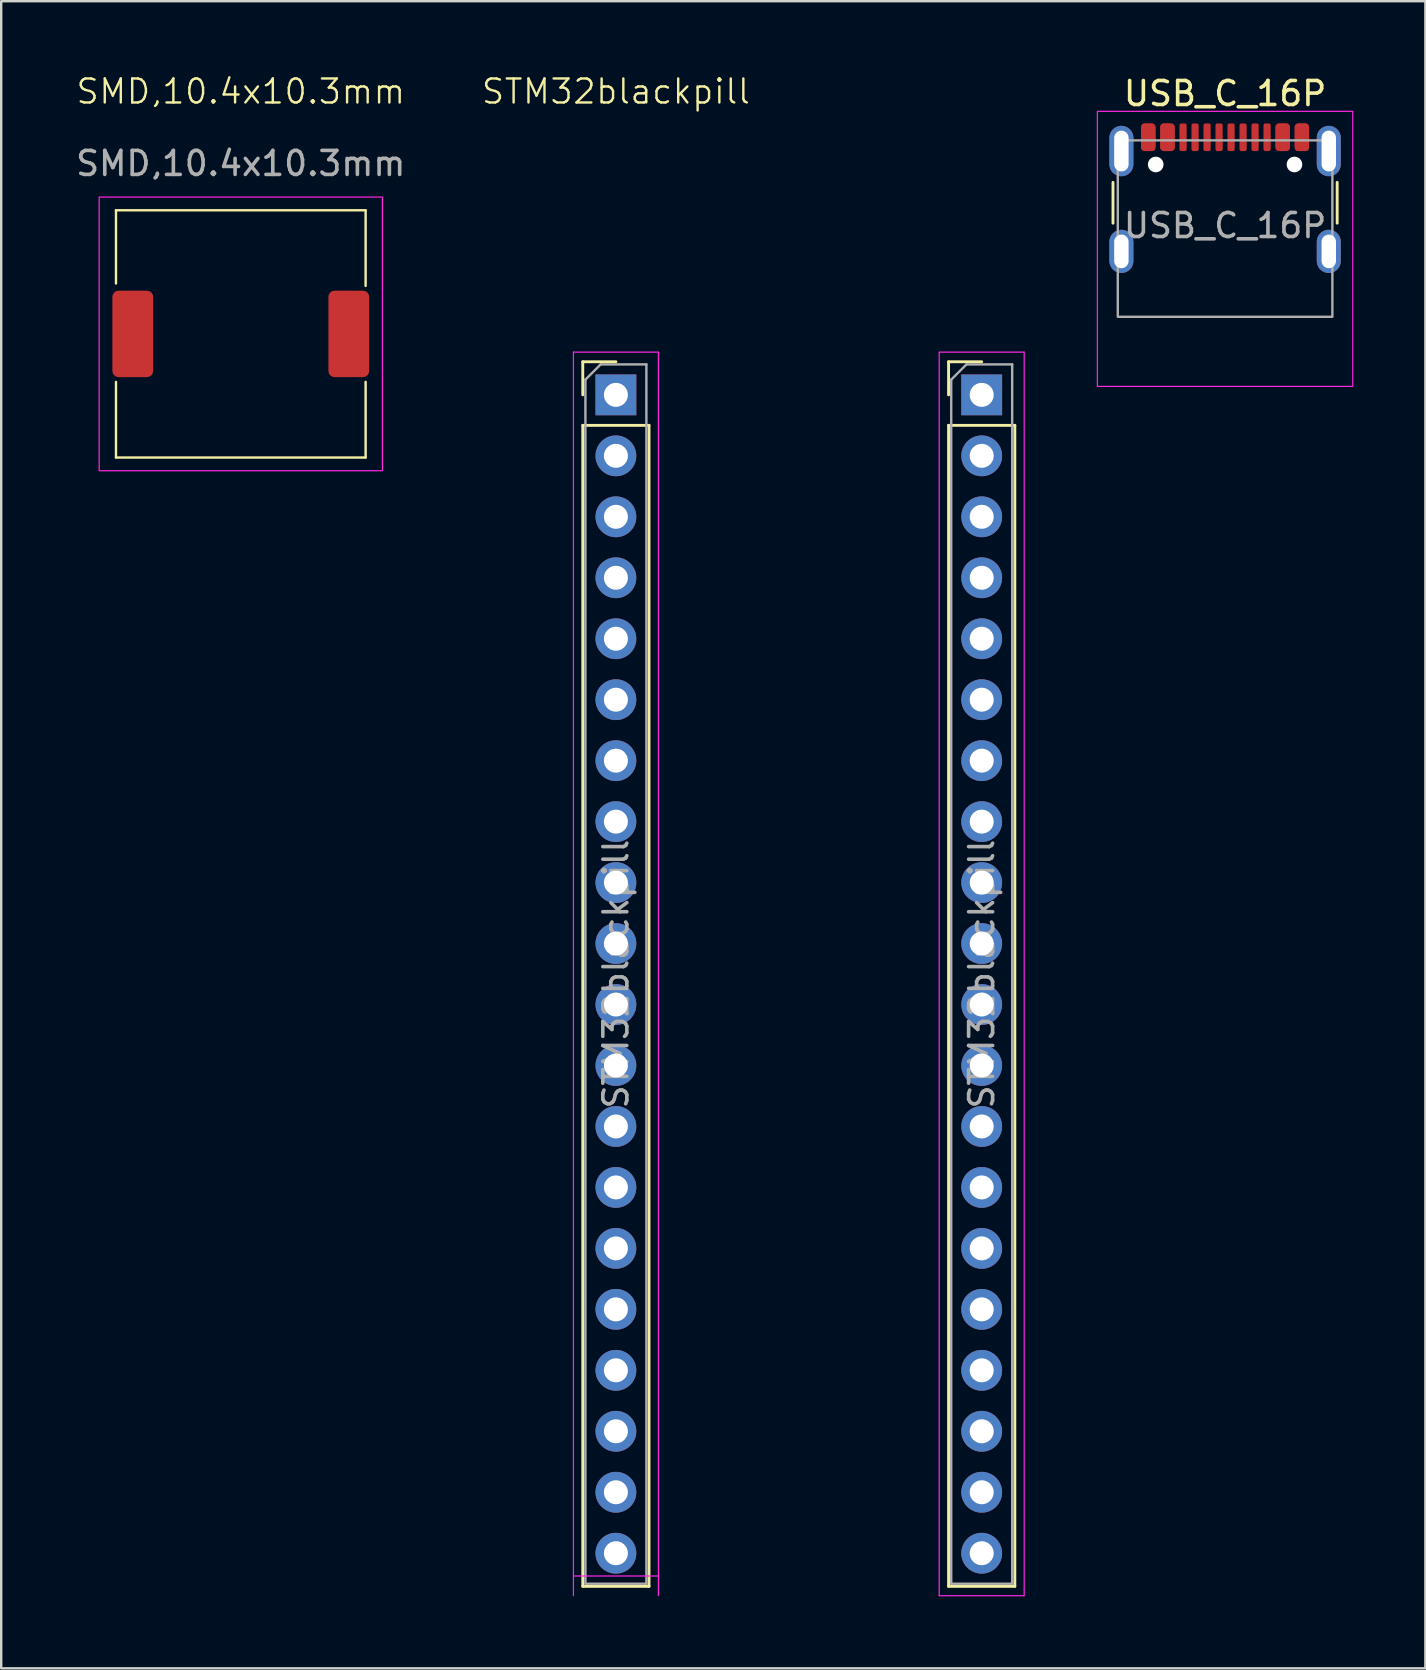
<source format=kicad_pcb>
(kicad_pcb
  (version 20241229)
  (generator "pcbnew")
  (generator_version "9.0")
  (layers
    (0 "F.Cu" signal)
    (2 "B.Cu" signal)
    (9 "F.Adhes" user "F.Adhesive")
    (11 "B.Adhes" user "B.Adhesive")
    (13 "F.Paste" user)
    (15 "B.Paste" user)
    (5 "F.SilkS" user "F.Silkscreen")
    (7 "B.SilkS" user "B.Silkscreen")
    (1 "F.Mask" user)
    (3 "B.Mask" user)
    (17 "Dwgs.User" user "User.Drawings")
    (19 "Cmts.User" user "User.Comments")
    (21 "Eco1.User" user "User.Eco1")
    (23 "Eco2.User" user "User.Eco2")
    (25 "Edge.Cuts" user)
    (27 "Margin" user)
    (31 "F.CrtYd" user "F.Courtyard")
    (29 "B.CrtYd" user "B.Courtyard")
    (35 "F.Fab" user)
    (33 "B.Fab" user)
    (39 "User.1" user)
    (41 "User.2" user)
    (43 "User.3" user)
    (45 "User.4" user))
  (footprint "SMD,10.4x10.3mm"
    (layer "F.Cu")
    (at 2.482 10.861)
    (property "Reference" "SMD,10.4x10.3mm" (at 4.5 -10.1 0) (unlocked yes) (layer "F.SilkS") (effects (font (size 1 1) (thickness 0.1))))
    (attr through_hole exclude_from_bom)
    (fp_line (start -0.7 -5.15) (end 9.7 -5.15) (stroke (width 0.1) (type solid)) (layer "F.SilkS"))
    (fp_line (start -0.7 -2.1) (end -0.7 -5.15) (stroke (width 0.1) (type solid)) (layer "F.SilkS"))
    (fp_line (start -0.7 2) (end -0.7 5.15) (stroke (width 0.1) (type solid)) (layer "F.SilkS"))
    (fp_line (start 9.7 -5.15) (end 9.7 -2) (stroke (width 0.1) (type solid)) (layer "F.SilkS"))
    (fp_line (start 9.7 2) (end 9.7 5.15) (stroke (width 0.1) (type solid)) (layer "F.SilkS"))
    (fp_line (start 9.7 5.15) (end -0.7 5.15) (stroke (width 0.1) (type solid)) (layer "F.SilkS"))
    (fp_rect (start -1.4 -5.7) (end 10.4 5.7) (stroke (width 0.05) (type default)) (fill no) (layer "F.CrtYd"))
    (fp_text user "${REFERENCE}" (at 4.5 -7.1 0) (unlocked yes) (layer "F.Fab") (effects (font (size 1 1) (thickness 0.15))))
    (pad "1" smd roundrect (at 0 0) (size 1.7 3.6) (layers "F.Cu" "F.Mask" "F.Paste") (roundrect_rratio 0.15))
    (pad "2" smd roundrect (at 9 0) (size 1.7 3.6) (layers "F.Cu" "F.Mask" "F.Paste") (roundrect_rratio 0.15)))
  (footprint "USB_C_16P"
    (layer "F.Cu")
    (at 47.99 6.348)
    (property "Reference" "USB_C_16P" (at 0 -5.5 0) (unlocked yes) (layer "F.SilkS") (effects (font (size 1 1) (thickness 0.15))))
    (attr smd)
    (fp_line (start -4.67 -0.1) (end -4.67 -1.8) (stroke (width 0.12) (type solid)) (layer "F.SilkS"))
    (fp_line (start 4.67 -0.1) (end 4.67 -1.8) (stroke (width 0.12) (type solid)) (layer "F.SilkS"))
    (fp_rect (start -5.32 -4.76) (end 5.32 6.7) (stroke (width 0.05) (type solid)) (fill no) (layer "F.CrtYd"))
    (fp_rect (start -4.47 -3.55) (end 4.47 3.8) (stroke (width 0.1) (type solid)) (fill no) (layer "F.Fab"))
    (fp_text user "${REFERENCE}" (at 0 0 0) (unlocked yes) (layer "F.Fab") (effects (font (size 1 1) (thickness 0.15))))
    (pad "" np_thru_hole circle (at -2.89 -2.545) (size 0.65 0.65) (drill 0.65) (layers "*.Cu" "*.Mask"))
    (pad "" np_thru_hole circle (at 2.89 -2.545) (size 0.65 0.65) (drill 0.65) (layers "*.Cu" "*.Mask"))
    (pad "A1" smd roundrect (at -3.2 -3.68) (size 0.6 1.15) (layers "F.Cu" "F.Mask" "F.Paste") (roundrect_rratio 0.25))
    (pad "A4" smd roundrect (at -2.4 -3.68) (size 0.6 1.15) (layers "F.Cu" "F.Mask" "F.Paste") (roundrect_rratio 0.25))
    (pad "A5" smd roundrect (at -1.25 -3.68) (size 0.3 1.15) (layers "F.Cu" "F.Mask" "F.Paste") (roundrect_rratio 0.25))
    (pad "A6" smd roundrect (at -0.25 -3.68) (size 0.3 1.15) (layers "F.Cu" "F.Mask" "F.Paste") (roundrect_rratio 0.25))
    (pad "A7" smd roundrect (at 0.25 -3.68) (size 0.3 1.15) (layers "F.Cu" "F.Mask" "F.Paste") (roundrect_rratio 0.25))
    (pad "A8" smd roundrect (at 1.25 -3.68) (size 0.3 1.15) (layers "F.Cu" "F.Mask" "F.Paste") (roundrect_rratio 0.25))
    (pad "A9" smd roundrect (at 2.4 -3.68) (size 0.6 1.15) (layers "F.Cu" "F.Mask" "F.Paste") (roundrect_rratio 0.25))
    (pad "A12" smd roundrect (at 3.2 -3.68) (size 0.6 1.15) (layers "F.Cu" "F.Mask" "F.Paste") (roundrect_rratio 0.25))
    (pad "B1" smd roundrect (at 3.2 -3.68) (size 0.6 1.15) (layers "F.Cu" "F.Mask" "F.Paste") (roundrect_rratio 0.25))
    (pad "B4" smd roundrect (at 2.4 -3.68) (size 0.6 1.15) (layers "F.Cu" "F.Mask" "F.Paste") (roundrect_rratio 0.25))
    (pad "B5" smd roundrect (at 1.75 -3.68) (size 0.3 1.15) (layers "F.Cu" "F.Mask" "F.Paste") (roundrect_rratio 0.25))
    (pad "B6" smd roundrect (at 0.75 -3.68) (size 0.3 1.15) (layers "F.Cu" "F.Mask" "F.Paste") (roundrect_rratio 0.25))
    (pad "B7" smd roundrect (at -0.75 -3.68) (size 0.3 1.15) (layers "F.Cu" "F.Mask" "F.Paste") (roundrect_rratio 0.25))
    (pad "B8" smd roundrect (at -1.75 -3.68) (size 0.3 1.15) (layers "F.Cu" "F.Mask" "F.Paste") (roundrect_rratio 0.25))
    (pad "B9" smd roundrect (at -2.4 -3.68) (size 0.6 1.15) (layers "F.Cu" "F.Mask" "F.Paste") (roundrect_rratio 0.25))
    (pad "B12" smd roundrect (at -3.2 -3.68) (size 0.6 1.15) (layers "F.Cu" "F.Mask" "F.Paste") (roundrect_rratio 0.25))
    (pad "S1" thru_hole oval (at -4.32 -3.105) (size 1 2.1) (drill oval 0.6 1.7) (property pad_prop_heatsink) (layers "*.Cu" "*.Mask" "F.Paste"))
    (pad "S1" thru_hole oval (at -4.32 1.075) (size 1 1.8) (drill oval 0.6 1.4) (property pad_prop_heatsink) (layers "*.Cu" "*.Mask" "F.Paste"))
    (pad "S1" thru_hole oval (at 4.32 -3.105) (size 1 2.1) (drill oval 0.6 1.7) (property pad_prop_heatsink) (layers "*.Cu" "*.Mask" "F.Paste"))
    (pad "S1" thru_hole oval (at 4.32 1.075) (size 1 1.8) (drill oval 0.6 1.4) (property pad_prop_heatsink) (layers "*.Cu" "*.Mask" "F.Paste"))
    (zone (net_name "") (layers "F.Cu" "B.Cu" "User.1") (hatch edge 0.5) (connect_pads) (min_thickness 0.25) (filled_areas_thickness no) (keepout (tracks not_allowed) (vias not_allowed) (pads not_allowed) (copperpour allowed) (footprints not_allowed)) (placement (enabled no)) (fill) (polygon (pts (xy 43.52 10.148) (xy 43.52 12.688) (xy 52.45 12.688) (xy 52.45 10.148)))))
  (footprint "STM32blackpill"
    (layer "F.Cu")
    (at 22.61 36.261)
    (property "Reference" "STM32blackpill" (at 0 -35.5 0) (unlocked yes) (layer "F.SilkS") (effects (font (size 1 1) (thickness 0.1))))
    (attr through_hole)
    (fp_line (start -1.38 -24.24) (end 0 -24.24) (stroke (width 0.12) (type solid)) (layer "F.SilkS"))
    (fp_line (start -1.38 -22.86) (end -1.38 -24.24) (stroke (width 0.12) (type solid)) (layer "F.SilkS"))
    (fp_line (start -1.38 -21.59) (end -1.38 26.78) (stroke (width 0.12) (type solid)) (layer "F.SilkS"))
    (fp_line (start -1.38 -21.59) (end 1.38 -21.59) (stroke (width 0.12) (type solid)) (layer "F.SilkS"))
    (fp_line (start -1.38 26.78) (end 1.38 26.78) (stroke (width 0.12) (type solid)) (layer "F.SilkS"))
    (fp_line (start 1.38 -21.59) (end 1.38 26.78) (stroke (width 0.12) (type solid)) (layer "F.SilkS"))
    (fp_line (start 13.86 -24.24) (end 15.24 -24.24) (stroke (width 0.12) (type solid)) (layer "F.SilkS"))
    (fp_line (start 13.86 -22.86) (end 13.86 -24.24) (stroke (width 0.12) (type solid)) (layer "F.SilkS"))
    (fp_line (start 13.86 -21.59) (end 13.86 26.78) (stroke (width 0.12) (type solid)) (layer "F.SilkS"))
    (fp_line (start 13.86 -21.59) (end 16.62 -21.59) (stroke (width 0.12) (type solid)) (layer "F.SilkS"))
    (fp_line (start 13.86 26.78) (end 16.62 26.78) (stroke (width 0.12) (type solid)) (layer "F.SilkS"))
    (fp_line (start 16.62 -21.59) (end 16.62 26.78) (stroke (width 0.12) (type solid)) (layer "F.SilkS"))
    (fp_line (start -1.77 -24.64) (end -1.77 27.17) (stroke (width 0.05) (type solid)) (layer "F.CrtYd"))
    (fp_line (start -1.77 26.35) (end 1.77 26.35) (stroke (width 0.05) (type solid)) (layer "F.CrtYd"))
    (fp_line (start 1.77 -24.64) (end -1.77 -24.64) (stroke (width 0.05) (type solid)) (layer "F.CrtYd"))
    (fp_line (start 1.77 27.17) (end 1.77 -24.64) (stroke (width 0.05) (type solid)) (layer "F.CrtYd"))
    (fp_line (start 13.47 -24.64) (end 13.47 27.17) (stroke (width 0.05) (type solid)) (layer "F.CrtYd"))
    (fp_line (start 13.47 27.17) (end 17.01 27.17) (stroke (width 0.05) (type solid)) (layer "F.CrtYd"))
    (fp_line (start 17.01 -24.64) (end 13.47 -24.64) (stroke (width 0.05) (type solid)) (layer "F.CrtYd"))
    (fp_line (start 17.01 27.17) (end 17.01 -24.64) (stroke (width 0.05) (type solid)) (layer "F.CrtYd"))
    (fp_line (start -1.27 -23.495) (end -0.635 -24.13) (stroke (width 0.1) (type solid)) (layer "F.Fab"))
    (fp_line (start -1.27 26.67) (end -1.27 -23.495) (stroke (width 0.1) (type solid)) (layer "F.Fab"))
    (fp_line (start -0.635 -24.13) (end 1.27 -24.13) (stroke (width 0.1) (type solid)) (layer "F.Fab"))
    (fp_line (start 1.27 -24.13) (end 1.27 26.67) (stroke (width 0.1) (type solid)) (layer "F.Fab"))
    (fp_line (start 1.27 26.67) (end -1.27 26.67) (stroke (width 0.1) (type solid)) (layer "F.Fab"))
    (fp_line (start 13.97 -23.495) (end 14.605 -24.13) (stroke (width 0.1) (type solid)) (layer "F.Fab"))
    (fp_line (start 13.97 26.67) (end 13.97 -23.495) (stroke (width 0.1) (type solid)) (layer "F.Fab"))
    (fp_line (start 14.605 -24.13) (end 16.51 -24.13) (stroke (width 0.1) (type solid)) (layer "F.Fab"))
    (fp_line (start 16.51 -24.13) (end 16.51 26.67) (stroke (width 0.1) (type solid)) (layer "F.Fab"))
    (fp_line (start 16.51 26.67) (end 13.97 26.67) (stroke (width 0.1) (type solid)) (layer "F.Fab"))
    (fp_text user "${REFERENCE}" (at 15.24 1.27 90) (layer "F.Fab") (effects (font (size 1 1) (thickness 0.15))))
    (fp_text user "${REFERENCE}" (at 0 1.27 90) (layer "F.Fab") (effects (font (size 1 1) (thickness 0.15))))
    (pad "1" thru_hole rect (at 0 -22.86) (size 1.7 1.7) (drill 1) (layers "*.Cu" "*.Mask"))
    (pad "2" thru_hole circle (at 0 -20.32) (size 1.7 1.7) (drill 1) (layers "*.Cu" "*.Mask"))
    (pad "3" thru_hole circle (at 0 -17.78) (size 1.7 1.7) (drill 1) (layers "*.Cu" "*.Mask"))
    (pad "4" thru_hole circle (at 0 -15.24) (size 1.7 1.7) (drill 1) (layers "*.Cu" "*.Mask"))
    (pad "5" thru_hole circle (at 0 -12.7) (size 1.7 1.7) (drill 1) (layers "*.Cu" "*.Mask"))
    (pad "6" thru_hole circle (at 0 -10.16) (size 1.7 1.7) (drill 1) (layers "*.Cu" "*.Mask"))
    (pad "7" thru_hole circle (at 0 -7.62) (size 1.7 1.7) (drill 1) (layers "*.Cu" "*.Mask"))
    (pad "8" thru_hole circle (at 0 -5.08) (size 1.7 1.7) (drill 1) (layers "*.Cu" "*.Mask"))
    (pad "9" thru_hole circle (at 0 -2.54) (size 1.7 1.7) (drill 1) (layers "*.Cu" "*.Mask"))
    (pad "10" thru_hole circle (at 0 0) (size 1.7 1.7) (drill 1) (layers "*.Cu" "*.Mask"))
    (pad "11" thru_hole circle (at 0 2.54) (size 1.7 1.7) (drill 1) (layers "*.Cu" "*.Mask"))
    (pad "12" thru_hole circle (at 0 5.08) (size 1.7 1.7) (drill 1) (layers "*.Cu" "*.Mask"))
    (pad "13" thru_hole circle (at 0 7.62) (size 1.7 1.7) (drill 1) (layers "*.Cu" "*.Mask"))
    (pad "14" thru_hole circle (at 0 10.16) (size 1.7 1.7) (drill 1) (layers "*.Cu" "*.Mask"))
    (pad "15" thru_hole circle (at 0 12.7) (size 1.7 1.7) (drill 1) (layers "*.Cu" "*.Mask"))
    (pad "16" thru_hole circle (at 0 15.24) (size 1.7 1.7) (drill 1) (layers "*.Cu" "*.Mask"))
    (pad "17" thru_hole circle (at 0 17.78) (size 1.7 1.7) (drill 1) (layers "*.Cu" "*.Mask"))
    (pad "18" thru_hole circle (at 0 20.32) (size 1.7 1.7) (drill 1) (layers "*.Cu" "*.Mask"))
    (pad "19" thru_hole circle (at 0 22.86) (size 1.7 1.7) (drill 1) (layers "*.Cu" "*.Mask"))
    (pad "20" thru_hole circle (at 0 25.4) (size 1.7 1.7) (drill 1) (layers "*.Cu" "*.Mask"))
    (pad "21" thru_hole circle (at 15.24 25.4) (size 1.7 1.7) (drill 1) (layers "*.Cu" "*.Mask"))
    (pad "22" thru_hole circle (at 15.24 22.86) (size 1.7 1.7) (drill 1) (layers "*.Cu" "*.Mask"))
    (pad "23" thru_hole circle (at 15.24 20.32) (size 1.7 1.7) (drill 1) (layers "*.Cu" "*.Mask"))
    (pad "24" thru_hole circle (at 15.24 17.78) (size 1.7 1.7) (drill 1) (layers "*.Cu" "*.Mask"))
    (pad "25" thru_hole circle (at 15.24 15.24) (size 1.7 1.7) (drill 1) (layers "*.Cu" "*.Mask"))
    (pad "26" thru_hole circle (at 15.24 12.7) (size 1.7 1.7) (drill 1) (layers "*.Cu" "*.Mask"))
    (pad "27" thru_hole circle (at 15.24 10.16) (size 1.7 1.7) (drill 1) (layers "*.Cu" "*.Mask"))
    (pad "28" thru_hole circle (at 15.24 7.62) (size 1.7 1.7) (drill 1) (layers "*.Cu" "*.Mask"))
    (pad "29" thru_hole circle (at 15.24 5.08) (size 1.7 1.7) (drill 1) (layers "*.Cu" "*.Mask"))
    (pad "30" thru_hole circle (at 15.24 2.54) (size 1.7 1.7) (drill 1) (layers "*.Cu" "*.Mask"))
    (pad "31" thru_hole circle (at 15.24 0) (size 1.7 1.7) (drill 1) (layers "*.Cu" "*.Mask"))
    (pad "32" thru_hole circle (at 15.24 -2.54) (size 1.7 1.7) (drill 1) (layers "*.Cu" "*.Mask"))
    (pad "33" thru_hole circle (at 15.24 -5.08) (size 1.7 1.7) (drill 1) (layers "*.Cu" "*.Mask"))
    (pad "34" thru_hole circle (at 15.24 -7.62) (size 1.7 1.7) (drill 1) (layers "*.Cu" "*.Mask"))
    (pad "35" thru_hole circle (at 15.24 -10.16) (size 1.7 1.7) (drill 1) (layers "*.Cu" "*.Mask"))
    (pad "36" thru_hole circle (at 15.24 -12.7) (size 1.7 1.7) (drill 1) (layers "*.Cu" "*.Mask"))
    (pad "37" thru_hole circle (at 15.24 -15.24) (size 1.7 1.7) (drill 1) (layers "*.Cu" "*.Mask"))
    (pad "38" thru_hole circle (at 15.24 -17.78) (size 1.7 1.7) (drill 1) (layers "*.Cu" "*.Mask"))
    (pad "39" thru_hole circle (at 15.24 -20.32) (size 1.7 1.7) (drill 1) (layers "*.Cu" "*.Mask"))
    (pad "40" thru_hole rect (at 15.24 -22.86) (size 1.7 1.7) (drill 1) (layers "*.Cu" "*.Mask")))
  (gr_rect
    (start -3 -3)
    (end 56.335 66.456)
    (stroke (width 0.1) (type default))
    (fill no)
    (layer "Edge.Cuts")))
</source>
